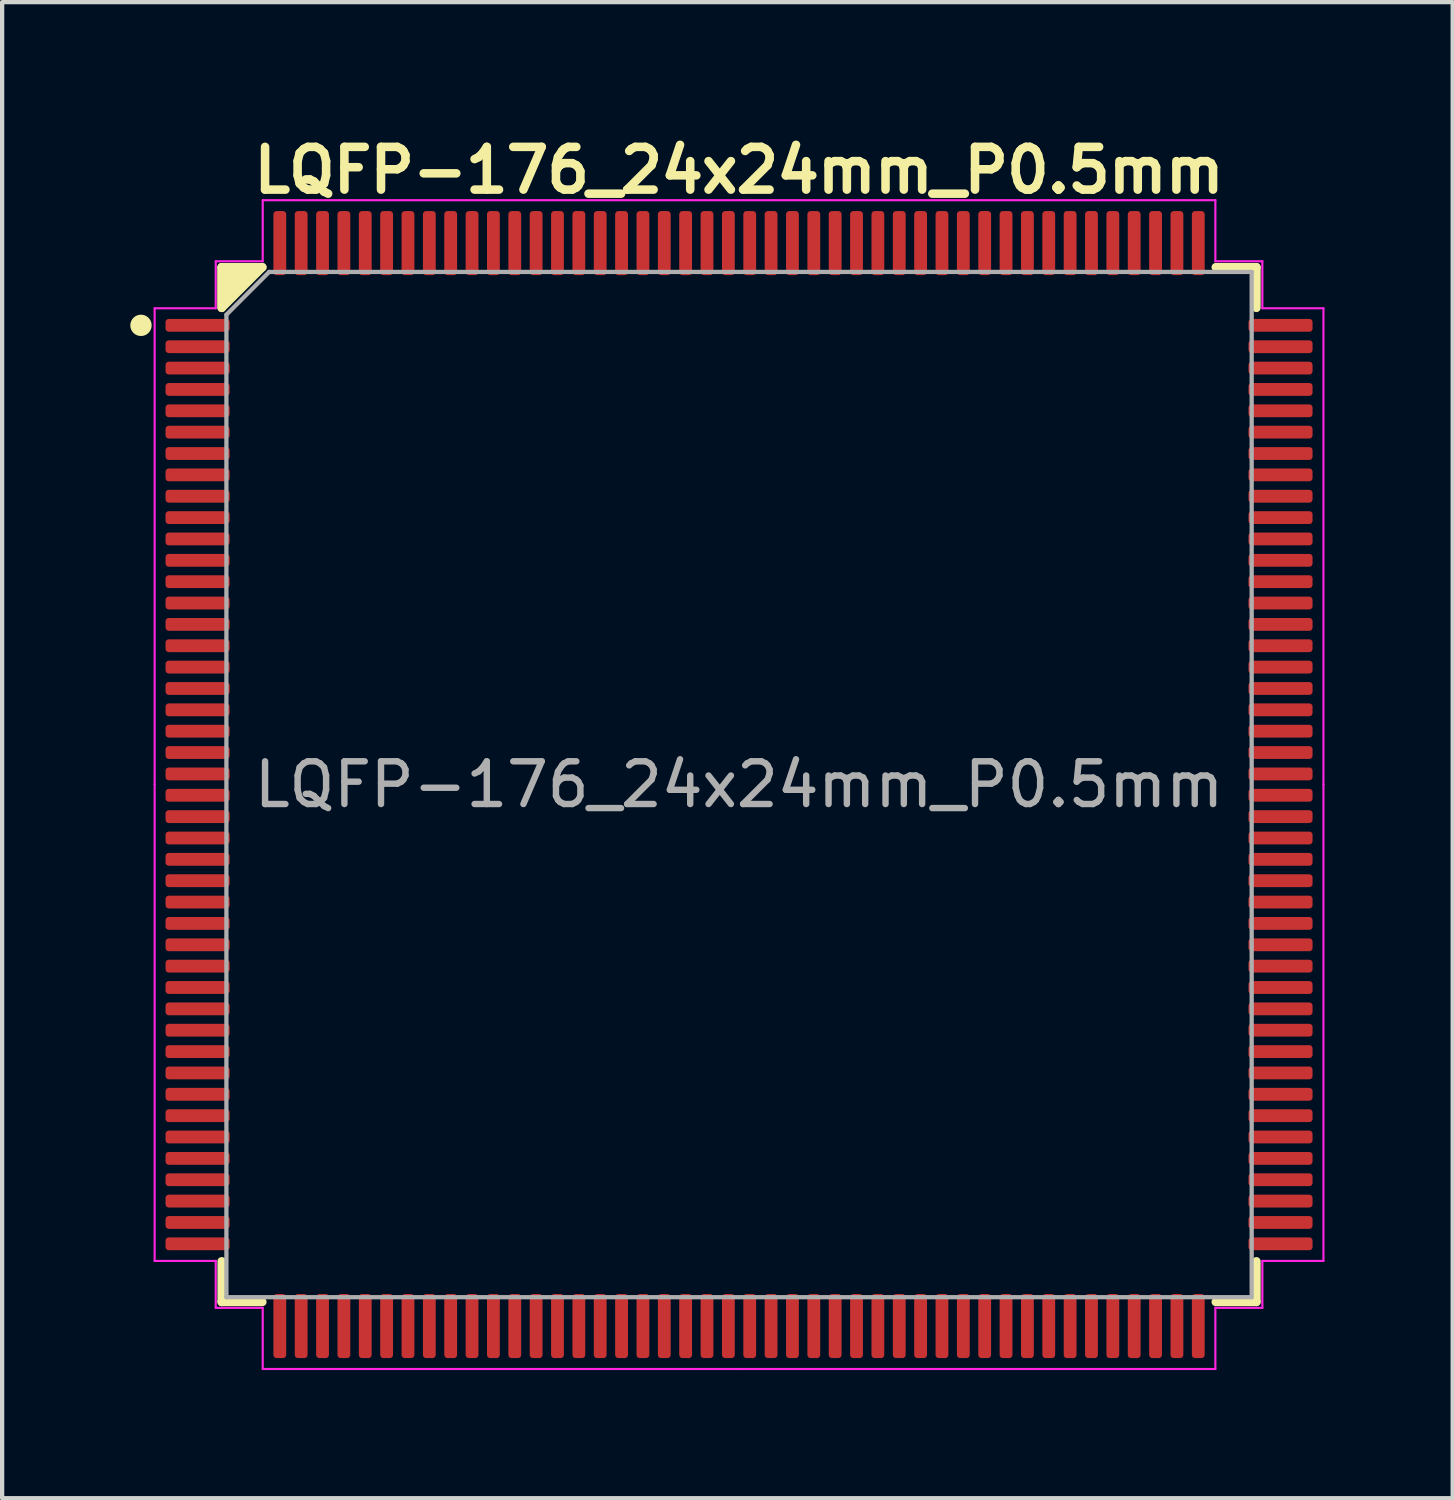
<source format=kicad_pcb>
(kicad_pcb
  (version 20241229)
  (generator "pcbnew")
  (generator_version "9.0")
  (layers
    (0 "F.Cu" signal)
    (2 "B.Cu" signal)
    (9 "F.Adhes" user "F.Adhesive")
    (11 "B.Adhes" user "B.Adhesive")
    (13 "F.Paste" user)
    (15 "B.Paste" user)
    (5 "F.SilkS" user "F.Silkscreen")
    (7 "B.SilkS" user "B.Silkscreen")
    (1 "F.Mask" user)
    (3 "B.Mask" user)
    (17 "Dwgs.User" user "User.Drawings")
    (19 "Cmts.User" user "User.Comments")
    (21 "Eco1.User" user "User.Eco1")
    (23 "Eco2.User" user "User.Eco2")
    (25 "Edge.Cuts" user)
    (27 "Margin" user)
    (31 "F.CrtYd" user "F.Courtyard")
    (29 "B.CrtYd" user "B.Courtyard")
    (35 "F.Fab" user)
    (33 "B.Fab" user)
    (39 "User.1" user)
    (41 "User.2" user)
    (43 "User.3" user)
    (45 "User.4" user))
  (footprint "LQFP-176_24x24mm_P0.5mm"
    (layer "F.Cu")
    (at 14.25 15.316)
    (property "Reference" "LQFP-176_24x24mm_P0.5mm" (at 0 -14.38 0) (layer "F.SilkS") (effects (font (size 1 1) (thickness 0.2))))
    (attr smd)
    (fp_line (start -12.11 -12.11) (end -12.11 -11.16) (stroke (width 0.2) (type solid)) (layer "F.SilkS"))
    (fp_line (start -12.11 12.11) (end -12.11 11.16) (stroke (width 0.2) (type solid)) (layer "F.SilkS"))
    (fp_line (start -11.16 -12.11) (end -12.11 -12.11) (stroke (width 0.2) (type solid)) (layer "F.SilkS"))
    (fp_line (start -11.16 12.11) (end -12.11 12.11) (stroke (width 0.2) (type solid)) (layer "F.SilkS"))
    (fp_line (start 11.16 -12.11) (end 12.11 -12.11) (stroke (width 0.2) (type solid)) (layer "F.SilkS"))
    (fp_line (start 11.16 12.11) (end 12.11 12.11) (stroke (width 0.2) (type solid)) (layer "F.SilkS"))
    (fp_line (start 12.11 -12.11) (end 12.11 -11.16) (stroke (width 0.2) (type solid)) (layer "F.SilkS"))
    (fp_line (start 12.11 12.11) (end 12.11 11.16) (stroke (width 0.2) (type solid)) (layer "F.SilkS"))
    (fp_circle (center -14 -10.75) (end -13.875 -10.75) (stroke (width 0.25) (type solid)) (fill no) (layer "F.SilkS"))
    (fp_poly (pts (xy -12.11 -11.16) (xy -12.11 -12.11) (xy -11.16 -12.11)) (stroke (width 0.2) (type solid)) (fill yes) (layer "F.SilkS"))
    (fp_line (start -13.68 -11.15) (end -13.68 0) (stroke (width 0.05) (type solid)) (layer "F.CrtYd"))
    (fp_line (start -13.68 11.15) (end -13.68 0) (stroke (width 0.05) (type solid)) (layer "F.CrtYd"))
    (fp_line (start -12.25 -12.25) (end -12.25 -11.15) (stroke (width 0.05) (type solid)) (layer "F.CrtYd"))
    (fp_line (start -12.25 -11.15) (end -13.68 -11.15) (stroke (width 0.05) (type solid)) (layer "F.CrtYd"))
    (fp_line (start -12.25 11.15) (end -13.68 11.15) (stroke (width 0.05) (type solid)) (layer "F.CrtYd"))
    (fp_line (start -12.25 12.25) (end -12.25 11.15) (stroke (width 0.05) (type solid)) (layer "F.CrtYd"))
    (fp_line (start -11.15 -13.68) (end -11.15 -12.25) (stroke (width 0.05) (type solid)) (layer "F.CrtYd"))
    (fp_line (start -11.15 -12.25) (end -12.25 -12.25) (stroke (width 0.05) (type solid)) (layer "F.CrtYd"))
    (fp_line (start -11.15 12.25) (end -12.25 12.25) (stroke (width 0.05) (type solid)) (layer "F.CrtYd"))
    (fp_line (start -11.15 13.68) (end -11.15 12.25) (stroke (width 0.05) (type solid)) (layer "F.CrtYd"))
    (fp_line (start 0 -13.68) (end -11.15 -13.68) (stroke (width 0.05) (type solid)) (layer "F.CrtYd"))
    (fp_line (start 0 -13.68) (end 11.15 -13.68) (stroke (width 0.05) (type solid)) (layer "F.CrtYd"))
    (fp_line (start 0 13.68) (end -11.15 13.68) (stroke (width 0.05) (type solid)) (layer "F.CrtYd"))
    (fp_line (start 0 13.68) (end 11.15 13.68) (stroke (width 0.05) (type solid)) (layer "F.CrtYd"))
    (fp_line (start 11.15 -13.68) (end 11.15 -12.25) (stroke (width 0.05) (type solid)) (layer "F.CrtYd"))
    (fp_line (start 11.15 -12.25) (end 12.25 -12.25) (stroke (width 0.05) (type solid)) (layer "F.CrtYd"))
    (fp_line (start 11.15 12.25) (end 12.25 12.25) (stroke (width 0.05) (type solid)) (layer "F.CrtYd"))
    (fp_line (start 11.15 13.68) (end 11.15 12.25) (stroke (width 0.05) (type solid)) (layer "F.CrtYd"))
    (fp_line (start 12.25 -12.25) (end 12.25 -11.15) (stroke (width 0.05) (type solid)) (layer "F.CrtYd"))
    (fp_line (start 12.25 -11.15) (end 13.68 -11.15) (stroke (width 0.05) (type solid)) (layer "F.CrtYd"))
    (fp_line (start 12.25 11.15) (end 13.68 11.15) (stroke (width 0.05) (type solid)) (layer "F.CrtYd"))
    (fp_line (start 12.25 12.25) (end 12.25 11.15) (stroke (width 0.05) (type solid)) (layer "F.CrtYd"))
    (fp_line (start 13.68 -11.15) (end 13.68 0) (stroke (width 0.05) (type solid)) (layer "F.CrtYd"))
    (fp_line (start 13.68 11.15) (end 13.68 0) (stroke (width 0.05) (type solid)) (layer "F.CrtYd"))
    (fp_line (start -12 -11) (end -11 -12) (stroke (width 0.1) (type solid)) (layer "F.Fab"))
    (fp_line (start -12 12) (end -12 -11) (stroke (width 0.1) (type solid)) (layer "F.Fab"))
    (fp_line (start -11 -12) (end 12 -12) (stroke (width 0.1) (type solid)) (layer "F.Fab"))
    (fp_line (start 12 -12) (end 12 12) (stroke (width 0.1) (type solid)) (layer "F.Fab"))
    (fp_line (start 12 12) (end -12 12) (stroke (width 0.1) (type solid)) (layer "F.Fab"))
    (fp_text user "${REFERENCE}" (at 0 0 0) (layer "F.Fab") (effects (font (size 1 1) (thickness 0.15))))
    (pad "1" smd roundrect (at -12.675 -10.75) (size 1.5 0.3) (layers "F.Cu" "F.Mask" "F.Paste") (roundrect_rratio 0.25))
    (pad "2" smd roundrect (at -12.675 -10.25) (size 1.5 0.3) (layers "F.Cu" "F.Mask" "F.Paste") (roundrect_rratio 0.25))
    (pad "3" smd roundrect (at -12.675 -9.75) (size 1.5 0.3) (layers "F.Cu" "F.Mask" "F.Paste") (roundrect_rratio 0.25))
    (pad "4" smd roundrect (at -12.675 -9.25) (size 1.5 0.3) (layers "F.Cu" "F.Mask" "F.Paste") (roundrect_rratio 0.25))
    (pad "5" smd roundrect (at -12.675 -8.75) (size 1.5 0.3) (layers "F.Cu" "F.Mask" "F.Paste") (roundrect_rratio 0.25))
    (pad "6" smd roundrect (at -12.675 -8.25) (size 1.5 0.3) (layers "F.Cu" "F.Mask" "F.Paste") (roundrect_rratio 0.25))
    (pad "7" smd roundrect (at -12.675 -7.75) (size 1.5 0.3) (layers "F.Cu" "F.Mask" "F.Paste") (roundrect_rratio 0.25))
    (pad "8" smd roundrect (at -12.675 -7.25) (size 1.5 0.3) (layers "F.Cu" "F.Mask" "F.Paste") (roundrect_rratio 0.25))
    (pad "9" smd roundrect (at -12.675 -6.75) (size 1.5 0.3) (layers "F.Cu" "F.Mask" "F.Paste") (roundrect_rratio 0.25))
    (pad "10" smd roundrect (at -12.675 -6.25) (size 1.5 0.3) (layers "F.Cu" "F.Mask" "F.Paste") (roundrect_rratio 0.25))
    (pad "11" smd roundrect (at -12.675 -5.75) (size 1.5 0.3) (layers "F.Cu" "F.Mask" "F.Paste") (roundrect_rratio 0.25))
    (pad "12" smd roundrect (at -12.675 -5.25) (size 1.5 0.3) (layers "F.Cu" "F.Mask" "F.Paste") (roundrect_rratio 0.25))
    (pad "13" smd roundrect (at -12.675 -4.75) (size 1.5 0.3) (layers "F.Cu" "F.Mask" "F.Paste") (roundrect_rratio 0.25))
    (pad "14" smd roundrect (at -12.675 -4.25) (size 1.5 0.3) (layers "F.Cu" "F.Mask" "F.Paste") (roundrect_rratio 0.25))
    (pad "15" smd roundrect (at -12.675 -3.75) (size 1.5 0.3) (layers "F.Cu" "F.Mask" "F.Paste") (roundrect_rratio 0.25))
    (pad "16" smd roundrect (at -12.675 -3.25) (size 1.5 0.3) (layers "F.Cu" "F.Mask" "F.Paste") (roundrect_rratio 0.25))
    (pad "17" smd roundrect (at -12.675 -2.75) (size 1.5 0.3) (layers "F.Cu" "F.Mask" "F.Paste") (roundrect_rratio 0.25))
    (pad "18" smd roundrect (at -12.675 -2.25) (size 1.5 0.3) (layers "F.Cu" "F.Mask" "F.Paste") (roundrect_rratio 0.25))
    (pad "19" smd roundrect (at -12.675 -1.75) (size 1.5 0.3) (layers "F.Cu" "F.Mask" "F.Paste") (roundrect_rratio 0.25))
    (pad "20" smd roundrect (at -12.675 -1.25) (size 1.5 0.3) (layers "F.Cu" "F.Mask" "F.Paste") (roundrect_rratio 0.25))
    (pad "21" smd roundrect (at -12.675 -0.75) (size 1.5 0.3) (layers "F.Cu" "F.Mask" "F.Paste") (roundrect_rratio 0.25))
    (pad "22" smd roundrect (at -12.675 -0.25) (size 1.5 0.3) (layers "F.Cu" "F.Mask" "F.Paste") (roundrect_rratio 0.25))
    (pad "23" smd roundrect (at -12.675 0.25) (size 1.5 0.3) (layers "F.Cu" "F.Mask" "F.Paste") (roundrect_rratio 0.25))
    (pad "24" smd roundrect (at -12.675 0.75) (size 1.5 0.3) (layers "F.Cu" "F.Mask" "F.Paste") (roundrect_rratio 0.25))
    (pad "25" smd roundrect (at -12.675 1.25) (size 1.5 0.3) (layers "F.Cu" "F.Mask" "F.Paste") (roundrect_rratio 0.25))
    (pad "26" smd roundrect (at -12.675 1.75) (size 1.5 0.3) (layers "F.Cu" "F.Mask" "F.Paste") (roundrect_rratio 0.25))
    (pad "27" smd roundrect (at -12.675 2.25) (size 1.5 0.3) (layers "F.Cu" "F.Mask" "F.Paste") (roundrect_rratio 0.25))
    (pad "28" smd roundrect (at -12.675 2.75) (size 1.5 0.3) (layers "F.Cu" "F.Mask" "F.Paste") (roundrect_rratio 0.25))
    (pad "29" smd roundrect (at -12.675 3.25) (size 1.5 0.3) (layers "F.Cu" "F.Mask" "F.Paste") (roundrect_rratio 0.25))
    (pad "30" smd roundrect (at -12.675 3.75) (size 1.5 0.3) (layers "F.Cu" "F.Mask" "F.Paste") (roundrect_rratio 0.25))
    (pad "31" smd roundrect (at -12.675 4.25) (size 1.5 0.3) (layers "F.Cu" "F.Mask" "F.Paste") (roundrect_rratio 0.25))
    (pad "32" smd roundrect (at -12.675 4.75) (size 1.5 0.3) (layers "F.Cu" "F.Mask" "F.Paste") (roundrect_rratio 0.25))
    (pad "33" smd roundrect (at -12.675 5.25) (size 1.5 0.3) (layers "F.Cu" "F.Mask" "F.Paste") (roundrect_rratio 0.25))
    (pad "34" smd roundrect (at -12.675 5.75) (size 1.5 0.3) (layers "F.Cu" "F.Mask" "F.Paste") (roundrect_rratio 0.25))
    (pad "35" smd roundrect (at -12.675 6.25) (size 1.5 0.3) (layers "F.Cu" "F.Mask" "F.Paste") (roundrect_rratio 0.25))
    (pad "36" smd roundrect (at -12.675 6.75) (size 1.5 0.3) (layers "F.Cu" "F.Mask" "F.Paste") (roundrect_rratio 0.25))
    (pad "37" smd roundrect (at -12.675 7.25) (size 1.5 0.3) (layers "F.Cu" "F.Mask" "F.Paste") (roundrect_rratio 0.25))
    (pad "38" smd roundrect (at -12.675 7.75) (size 1.5 0.3) (layers "F.Cu" "F.Mask" "F.Paste") (roundrect_rratio 0.25))
    (pad "39" smd roundrect (at -12.675 8.25) (size 1.5 0.3) (layers "F.Cu" "F.Mask" "F.Paste") (roundrect_rratio 0.25))
    (pad "40" smd roundrect (at -12.675 8.75) (size 1.5 0.3) (layers "F.Cu" "F.Mask" "F.Paste") (roundrect_rratio 0.25))
    (pad "41" smd roundrect (at -12.675 9.25) (size 1.5 0.3) (layers "F.Cu" "F.Mask" "F.Paste") (roundrect_rratio 0.25))
    (pad "42" smd roundrect (at -12.675 9.75) (size 1.5 0.3) (layers "F.Cu" "F.Mask" "F.Paste") (roundrect_rratio 0.25))
    (pad "43" smd roundrect (at -12.675 10.25) (size 1.5 0.3) (layers "F.Cu" "F.Mask" "F.Paste") (roundrect_rratio 0.25))
    (pad "44" smd roundrect (at -12.675 10.75) (size 1.5 0.3) (layers "F.Cu" "F.Mask" "F.Paste") (roundrect_rratio 0.25))
    (pad "45" smd roundrect (at -10.75 12.675) (size 0.3 1.5) (layers "F.Cu" "F.Mask" "F.Paste") (roundrect_rratio 0.25))
    (pad "46" smd roundrect (at -10.25 12.675) (size 0.3 1.5) (layers "F.Cu" "F.Mask" "F.Paste") (roundrect_rratio 0.25))
    (pad "47" smd roundrect (at -9.75 12.675) (size 0.3 1.5) (layers "F.Cu" "F.Mask" "F.Paste") (roundrect_rratio 0.25))
    (pad "48" smd roundrect (at -9.25 12.675) (size 0.3 1.5) (layers "F.Cu" "F.Mask" "F.Paste") (roundrect_rratio 0.25))
    (pad "49" smd roundrect (at -8.75 12.675) (size 0.3 1.5) (layers "F.Cu" "F.Mask" "F.Paste") (roundrect_rratio 0.25))
    (pad "50" smd roundrect (at -8.25 12.675) (size 0.3 1.5) (layers "F.Cu" "F.Mask" "F.Paste") (roundrect_rratio 0.25))
    (pad "51" smd roundrect (at -7.75 12.675) (size 0.3 1.5) (layers "F.Cu" "F.Mask" "F.Paste") (roundrect_rratio 0.25))
    (pad "52" smd roundrect (at -7.25 12.675) (size 0.3 1.5) (layers "F.Cu" "F.Mask" "F.Paste") (roundrect_rratio 0.25))
    (pad "53" smd roundrect (at -6.75 12.675) (size 0.3 1.5) (layers "F.Cu" "F.Mask" "F.Paste") (roundrect_rratio 0.25))
    (pad "54" smd roundrect (at -6.25 12.675) (size 0.3 1.5) (layers "F.Cu" "F.Mask" "F.Paste") (roundrect_rratio 0.25))
    (pad "55" smd roundrect (at -5.75 12.675) (size 0.3 1.5) (layers "F.Cu" "F.Mask" "F.Paste") (roundrect_rratio 0.25))
    (pad "56" smd roundrect (at -5.25 12.675) (size 0.3 1.5) (layers "F.Cu" "F.Mask" "F.Paste") (roundrect_rratio 0.25))
    (pad "57" smd roundrect (at -4.75 12.675) (size 0.3 1.5) (layers "F.Cu" "F.Mask" "F.Paste") (roundrect_rratio 0.25))
    (pad "58" smd roundrect (at -4.25 12.675) (size 0.3 1.5) (layers "F.Cu" "F.Mask" "F.Paste") (roundrect_rratio 0.25))
    (pad "59" smd roundrect (at -3.75 12.675) (size 0.3 1.5) (layers "F.Cu" "F.Mask" "F.Paste") (roundrect_rratio 0.25))
    (pad "60" smd roundrect (at -3.25 12.675) (size 0.3 1.5) (layers "F.Cu" "F.Mask" "F.Paste") (roundrect_rratio 0.25))
    (pad "61" smd roundrect (at -2.75 12.675) (size 0.3 1.5) (layers "F.Cu" "F.Mask" "F.Paste") (roundrect_rratio 0.25))
    (pad "62" smd roundrect (at -2.25 12.675) (size 0.3 1.5) (layers "F.Cu" "F.Mask" "F.Paste") (roundrect_rratio 0.25))
    (pad "63" smd roundrect (at -1.75 12.675) (size 0.3 1.5) (layers "F.Cu" "F.Mask" "F.Paste") (roundrect_rratio 0.25))
    (pad "64" smd roundrect (at -1.25 12.675) (size 0.3 1.5) (layers "F.Cu" "F.Mask" "F.Paste") (roundrect_rratio 0.25))
    (pad "65" smd roundrect (at -0.75 12.675) (size 0.3 1.5) (layers "F.Cu" "F.Mask" "F.Paste") (roundrect_rratio 0.25))
    (pad "66" smd roundrect (at -0.25 12.675) (size 0.3 1.5) (layers "F.Cu" "F.Mask" "F.Paste") (roundrect_rratio 0.25))
    (pad "67" smd roundrect (at 0.25 12.675) (size 0.3 1.5) (layers "F.Cu" "F.Mask" "F.Paste") (roundrect_rratio 0.25))
    (pad "68" smd roundrect (at 0.75 12.675) (size 0.3 1.5) (layers "F.Cu" "F.Mask" "F.Paste") (roundrect_rratio 0.25))
    (pad "69" smd roundrect (at 1.25 12.675) (size 0.3 1.5) (layers "F.Cu" "F.Mask" "F.Paste") (roundrect_rratio 0.25))
    (pad "70" smd roundrect (at 1.75 12.675) (size 0.3 1.5) (layers "F.Cu" "F.Mask" "F.Paste") (roundrect_rratio 0.25))
    (pad "71" smd roundrect (at 2.25 12.675) (size 0.3 1.5) (layers "F.Cu" "F.Mask" "F.Paste") (roundrect_rratio 0.25))
    (pad "72" smd roundrect (at 2.75 12.675) (size 0.3 1.5) (layers "F.Cu" "F.Mask" "F.Paste") (roundrect_rratio 0.25))
    (pad "73" smd roundrect (at 3.25 12.675) (size 0.3 1.5) (layers "F.Cu" "F.Mask" "F.Paste") (roundrect_rratio 0.25))
    (pad "74" smd roundrect (at 3.75 12.675) (size 0.3 1.5) (layers "F.Cu" "F.Mask" "F.Paste") (roundrect_rratio 0.25))
    (pad "75" smd roundrect (at 4.25 12.675) (size 0.3 1.5) (layers "F.Cu" "F.Mask" "F.Paste") (roundrect_rratio 0.25))
    (pad "76" smd roundrect (at 4.75 12.675) (size 0.3 1.5) (layers "F.Cu" "F.Mask" "F.Paste") (roundrect_rratio 0.25))
    (pad "77" smd roundrect (at 5.25 12.675) (size 0.3 1.5) (layers "F.Cu" "F.Mask" "F.Paste") (roundrect_rratio 0.25))
    (pad "78" smd roundrect (at 5.75 12.675) (size 0.3 1.5) (layers "F.Cu" "F.Mask" "F.Paste") (roundrect_rratio 0.25))
    (pad "79" smd roundrect (at 6.25 12.675) (size 0.3 1.5) (layers "F.Cu" "F.Mask" "F.Paste") (roundrect_rratio 0.25))
    (pad "80" smd roundrect (at 6.75 12.675) (size 0.3 1.5) (layers "F.Cu" "F.Mask" "F.Paste") (roundrect_rratio 0.25))
    (pad "81" smd roundrect (at 7.25 12.675) (size 0.3 1.5) (layers "F.Cu" "F.Mask" "F.Paste") (roundrect_rratio 0.25))
    (pad "82" smd roundrect (at 7.75 12.675) (size 0.3 1.5) (layers "F.Cu" "F.Mask" "F.Paste") (roundrect_rratio 0.25))
    (pad "83" smd roundrect (at 8.25 12.675) (size 0.3 1.5) (layers "F.Cu" "F.Mask" "F.Paste") (roundrect_rratio 0.25))
    (pad "84" smd roundrect (at 8.75 12.675) (size 0.3 1.5) (layers "F.Cu" "F.Mask" "F.Paste") (roundrect_rratio 0.25))
    (pad "85" smd roundrect (at 9.25 12.675) (size 0.3 1.5) (layers "F.Cu" "F.Mask" "F.Paste") (roundrect_rratio 0.25))
    (pad "86" smd roundrect (at 9.75 12.675) (size 0.3 1.5) (layers "F.Cu" "F.Mask" "F.Paste") (roundrect_rratio 0.25))
    (pad "87" smd roundrect (at 10.25 12.675) (size 0.3 1.5) (layers "F.Cu" "F.Mask" "F.Paste") (roundrect_rratio 0.25))
    (pad "88" smd roundrect (at 10.75 12.675) (size 0.3 1.5) (layers "F.Cu" "F.Mask" "F.Paste") (roundrect_rratio 0.25))
    (pad "89" smd roundrect (at 12.675 10.75) (size 1.5 0.3) (layers "F.Cu" "F.Mask" "F.Paste") (roundrect_rratio 0.25))
    (pad "90" smd roundrect (at 12.675 10.25) (size 1.5 0.3) (layers "F.Cu" "F.Mask" "F.Paste") (roundrect_rratio 0.25))
    (pad "91" smd roundrect (at 12.675 9.75) (size 1.5 0.3) (layers "F.Cu" "F.Mask" "F.Paste") (roundrect_rratio 0.25))
    (pad "92" smd roundrect (at 12.675 9.25) (size 1.5 0.3) (layers "F.Cu" "F.Mask" "F.Paste") (roundrect_rratio 0.25))
    (pad "93" smd roundrect (at 12.675 8.75) (size 1.5 0.3) (layers "F.Cu" "F.Mask" "F.Paste") (roundrect_rratio 0.25))
    (pad "94" smd roundrect (at 12.675 8.25) (size 1.5 0.3) (layers "F.Cu" "F.Mask" "F.Paste") (roundrect_rratio 0.25))
    (pad "95" smd roundrect (at 12.675 7.75) (size 1.5 0.3) (layers "F.Cu" "F.Mask" "F.Paste") (roundrect_rratio 0.25))
    (pad "96" smd roundrect (at 12.675 7.25) (size 1.5 0.3) (layers "F.Cu" "F.Mask" "F.Paste") (roundrect_rratio 0.25))
    (pad "97" smd roundrect (at 12.675 6.75) (size 1.5 0.3) (layers "F.Cu" "F.Mask" "F.Paste") (roundrect_rratio 0.25))
    (pad "98" smd roundrect (at 12.675 6.25) (size 1.5 0.3) (layers "F.Cu" "F.Mask" "F.Paste") (roundrect_rratio 0.25))
    (pad "99" smd roundrect (at 12.675 5.75) (size 1.5 0.3) (layers "F.Cu" "F.Mask" "F.Paste") (roundrect_rratio 0.25))
    (pad "100" smd roundrect (at 12.675 5.25) (size 1.5 0.3) (layers "F.Cu" "F.Mask" "F.Paste") (roundrect_rratio 0.25))
    (pad "101" smd roundrect (at 12.675 4.75) (size 1.5 0.3) (layers "F.Cu" "F.Mask" "F.Paste") (roundrect_rratio 0.25))
    (pad "102" smd roundrect (at 12.675 4.25) (size 1.5 0.3) (layers "F.Cu" "F.Mask" "F.Paste") (roundrect_rratio 0.25))
    (pad "103" smd roundrect (at 12.675 3.75) (size 1.5 0.3) (layers "F.Cu" "F.Mask" "F.Paste") (roundrect_rratio 0.25))
    (pad "104" smd roundrect (at 12.675 3.25) (size 1.5 0.3) (layers "F.Cu" "F.Mask" "F.Paste") (roundrect_rratio 0.25))
    (pad "105" smd roundrect (at 12.675 2.75) (size 1.5 0.3) (layers "F.Cu" "F.Mask" "F.Paste") (roundrect_rratio 0.25))
    (pad "106" smd roundrect (at 12.675 2.25) (size 1.5 0.3) (layers "F.Cu" "F.Mask" "F.Paste") (roundrect_rratio 0.25))
    (pad "107" smd roundrect (at 12.675 1.75) (size 1.5 0.3) (layers "F.Cu" "F.Mask" "F.Paste") (roundrect_rratio 0.25))
    (pad "108" smd roundrect (at 12.675 1.25) (size 1.5 0.3) (layers "F.Cu" "F.Mask" "F.Paste") (roundrect_rratio 0.25))
    (pad "109" smd roundrect (at 12.675 0.75) (size 1.5 0.3) (layers "F.Cu" "F.Mask" "F.Paste") (roundrect_rratio 0.25))
    (pad "110" smd roundrect (at 12.675 0.25) (size 1.5 0.3) (layers "F.Cu" "F.Mask" "F.Paste") (roundrect_rratio 0.25))
    (pad "111" smd roundrect (at 12.675 -0.25) (size 1.5 0.3) (layers "F.Cu" "F.Mask" "F.Paste") (roundrect_rratio 0.25))
    (pad "112" smd roundrect (at 12.675 -0.75) (size 1.5 0.3) (layers "F.Cu" "F.Mask" "F.Paste") (roundrect_rratio 0.25))
    (pad "113" smd roundrect (at 12.675 -1.25) (size 1.5 0.3) (layers "F.Cu" "F.Mask" "F.Paste") (roundrect_rratio 0.25))
    (pad "114" smd roundrect (at 12.675 -1.75) (size 1.5 0.3) (layers "F.Cu" "F.Mask" "F.Paste") (roundrect_rratio 0.25))
    (pad "115" smd roundrect (at 12.675 -2.25) (size 1.5 0.3) (layers "F.Cu" "F.Mask" "F.Paste") (roundrect_rratio 0.25))
    (pad "116" smd roundrect (at 12.675 -2.75) (size 1.5 0.3) (layers "F.Cu" "F.Mask" "F.Paste") (roundrect_rratio 0.25))
    (pad "117" smd roundrect (at 12.675 -3.25) (size 1.5 0.3) (layers "F.Cu" "F.Mask" "F.Paste") (roundrect_rratio 0.25))
    (pad "118" smd roundrect (at 12.675 -3.75) (size 1.5 0.3) (layers "F.Cu" "F.Mask" "F.Paste") (roundrect_rratio 0.25))
    (pad "119" smd roundrect (at 12.675 -4.25) (size 1.5 0.3) (layers "F.Cu" "F.Mask" "F.Paste") (roundrect_rratio 0.25))
    (pad "120" smd roundrect (at 12.675 -4.75) (size 1.5 0.3) (layers "F.Cu" "F.Mask" "F.Paste") (roundrect_rratio 0.25))
    (pad "121" smd roundrect (at 12.675 -5.25) (size 1.5 0.3) (layers "F.Cu" "F.Mask" "F.Paste") (roundrect_rratio 0.25))
    (pad "122" smd roundrect (at 12.675 -5.75) (size 1.5 0.3) (layers "F.Cu" "F.Mask" "F.Paste") (roundrect_rratio 0.25))
    (pad "123" smd roundrect (at 12.675 -6.25) (size 1.5 0.3) (layers "F.Cu" "F.Mask" "F.Paste") (roundrect_rratio 0.25))
    (pad "124" smd roundrect (at 12.675 -6.75) (size 1.5 0.3) (layers "F.Cu" "F.Mask" "F.Paste") (roundrect_rratio 0.25))
    (pad "125" smd roundrect (at 12.675 -7.25) (size 1.5 0.3) (layers "F.Cu" "F.Mask" "F.Paste") (roundrect_rratio 0.25))
    (pad "126" smd roundrect (at 12.675 -7.75) (size 1.5 0.3) (layers "F.Cu" "F.Mask" "F.Paste") (roundrect_rratio 0.25))
    (pad "127" smd roundrect (at 12.675 -8.25) (size 1.5 0.3) (layers "F.Cu" "F.Mask" "F.Paste") (roundrect_rratio 0.25))
    (pad "128" smd roundrect (at 12.675 -8.75) (size 1.5 0.3) (layers "F.Cu" "F.Mask" "F.Paste") (roundrect_rratio 0.25))
    (pad "129" smd roundrect (at 12.675 -9.25) (size 1.5 0.3) (layers "F.Cu" "F.Mask" "F.Paste") (roundrect_rratio 0.25))
    (pad "130" smd roundrect (at 12.675 -9.75) (size 1.5 0.3) (layers "F.Cu" "F.Mask" "F.Paste") (roundrect_rratio 0.25))
    (pad "131" smd roundrect (at 12.675 -10.25) (size 1.5 0.3) (layers "F.Cu" "F.Mask" "F.Paste") (roundrect_rratio 0.25))
    (pad "132" smd roundrect (at 12.675 -10.75) (size 1.5 0.3) (layers "F.Cu" "F.Mask" "F.Paste") (roundrect_rratio 0.25))
    (pad "133" smd roundrect (at 10.75 -12.675) (size 0.3 1.5) (layers "F.Cu" "F.Mask" "F.Paste") (roundrect_rratio 0.25))
    (pad "134" smd roundrect (at 10.25 -12.675) (size 0.3 1.5) (layers "F.Cu" "F.Mask" "F.Paste") (roundrect_rratio 0.25))
    (pad "135" smd roundrect (at 9.75 -12.675) (size 0.3 1.5) (layers "F.Cu" "F.Mask" "F.Paste") (roundrect_rratio 0.25))
    (pad "136" smd roundrect (at 9.25 -12.675) (size 0.3 1.5) (layers "F.Cu" "F.Mask" "F.Paste") (roundrect_rratio 0.25))
    (pad "137" smd roundrect (at 8.75 -12.675) (size 0.3 1.5) (layers "F.Cu" "F.Mask" "F.Paste") (roundrect_rratio 0.25))
    (pad "138" smd roundrect (at 8.25 -12.675) (size 0.3 1.5) (layers "F.Cu" "F.Mask" "F.Paste") (roundrect_rratio 0.25))
    (pad "139" smd roundrect (at 7.75 -12.675) (size 0.3 1.5) (layers "F.Cu" "F.Mask" "F.Paste") (roundrect_rratio 0.25))
    (pad "140" smd roundrect (at 7.25 -12.675) (size 0.3 1.5) (layers "F.Cu" "F.Mask" "F.Paste") (roundrect_rratio 0.25))
    (pad "141" smd roundrect (at 6.75 -12.675) (size 0.3 1.5) (layers "F.Cu" "F.Mask" "F.Paste") (roundrect_rratio 0.25))
    (pad "142" smd roundrect (at 6.25 -12.675) (size 0.3 1.5) (layers "F.Cu" "F.Mask" "F.Paste") (roundrect_rratio 0.25))
    (pad "143" smd roundrect (at 5.75 -12.675) (size 0.3 1.5) (layers "F.Cu" "F.Mask" "F.Paste") (roundrect_rratio 0.25))
    (pad "144" smd roundrect (at 5.25 -12.675) (size 0.3 1.5) (layers "F.Cu" "F.Mask" "F.Paste") (roundrect_rratio 0.25))
    (pad "145" smd roundrect (at 4.75 -12.675) (size 0.3 1.5) (layers "F.Cu" "F.Mask" "F.Paste") (roundrect_rratio 0.25))
    (pad "146" smd roundrect (at 4.25 -12.675) (size 0.3 1.5) (layers "F.Cu" "F.Mask" "F.Paste") (roundrect_rratio 0.25))
    (pad "147" smd roundrect (at 3.75 -12.675) (size 0.3 1.5) (layers "F.Cu" "F.Mask" "F.Paste") (roundrect_rratio 0.25))
    (pad "148" smd roundrect (at 3.25 -12.675) (size 0.3 1.5) (layers "F.Cu" "F.Mask" "F.Paste") (roundrect_rratio 0.25))
    (pad "149" smd roundrect (at 2.75 -12.675) (size 0.3 1.5) (layers "F.Cu" "F.Mask" "F.Paste") (roundrect_rratio 0.25))
    (pad "150" smd roundrect (at 2.25 -12.675) (size 0.3 1.5) (layers "F.Cu" "F.Mask" "F.Paste") (roundrect_rratio 0.25))
    (pad "151" smd roundrect (at 1.75 -12.675) (size 0.3 1.5) (layers "F.Cu" "F.Mask" "F.Paste") (roundrect_rratio 0.25))
    (pad "152" smd roundrect (at 1.25 -12.675) (size 0.3 1.5) (layers "F.Cu" "F.Mask" "F.Paste") (roundrect_rratio 0.25))
    (pad "153" smd roundrect (at 0.75 -12.675) (size 0.3 1.5) (layers "F.Cu" "F.Mask" "F.Paste") (roundrect_rratio 0.25))
    (pad "154" smd roundrect (at 0.25 -12.675) (size 0.3 1.5) (layers "F.Cu" "F.Mask" "F.Paste") (roundrect_rratio 0.25))
    (pad "155" smd roundrect (at -0.25 -12.675) (size 0.3 1.5) (layers "F.Cu" "F.Mask" "F.Paste") (roundrect_rratio 0.25))
    (pad "156" smd roundrect (at -0.75 -12.675) (size 0.3 1.5) (layers "F.Cu" "F.Mask" "F.Paste") (roundrect_rratio 0.25))
    (pad "157" smd roundrect (at -1.25 -12.675) (size 0.3 1.5) (layers "F.Cu" "F.Mask" "F.Paste") (roundrect_rratio 0.25))
    (pad "158" smd roundrect (at -1.75 -12.675) (size 0.3 1.5) (layers "F.Cu" "F.Mask" "F.Paste") (roundrect_rratio 0.25))
    (pad "159" smd roundrect (at -2.25 -12.675) (size 0.3 1.5) (layers "F.Cu" "F.Mask" "F.Paste") (roundrect_rratio 0.25))
    (pad "160" smd roundrect (at -2.75 -12.675) (size 0.3 1.5) (layers "F.Cu" "F.Mask" "F.Paste") (roundrect_rratio 0.25))
    (pad "161" smd roundrect (at -3.25 -12.675) (size 0.3 1.5) (layers "F.Cu" "F.Mask" "F.Paste") (roundrect_rratio 0.25))
    (pad "162" smd roundrect (at -3.75 -12.675) (size 0.3 1.5) (layers "F.Cu" "F.Mask" "F.Paste") (roundrect_rratio 0.25))
    (pad "163" smd roundrect (at -4.25 -12.675) (size 0.3 1.5) (layers "F.Cu" "F.Mask" "F.Paste") (roundrect_rratio 0.25))
    (pad "164" smd roundrect (at -4.75 -12.675) (size 0.3 1.5) (layers "F.Cu" "F.Mask" "F.Paste") (roundrect_rratio 0.25))
    (pad "165" smd roundrect (at -5.25 -12.675) (size 0.3 1.5) (layers "F.Cu" "F.Mask" "F.Paste") (roundrect_rratio 0.25))
    (pad "166" smd roundrect (at -5.75 -12.675) (size 0.3 1.5) (layers "F.Cu" "F.Mask" "F.Paste") (roundrect_rratio 0.25))
    (pad "167" smd roundrect (at -6.25 -12.675) (size 0.3 1.5) (layers "F.Cu" "F.Mask" "F.Paste") (roundrect_rratio 0.25))
    (pad "168" smd roundrect (at -6.75 -12.675) (size 0.3 1.5) (layers "F.Cu" "F.Mask" "F.Paste") (roundrect_rratio 0.25))
    (pad "169" smd roundrect (at -7.25 -12.675) (size 0.3 1.5) (layers "F.Cu" "F.Mask" "F.Paste") (roundrect_rratio 0.25))
    (pad "170" smd roundrect (at -7.75 -12.675) (size 0.3 1.5) (layers "F.Cu" "F.Mask" "F.Paste") (roundrect_rratio 0.25))
    (pad "171" smd roundrect (at -8.25 -12.675) (size 0.3 1.5) (layers "F.Cu" "F.Mask" "F.Paste") (roundrect_rratio 0.25))
    (pad "172" smd roundrect (at -8.75 -12.675) (size 0.3 1.5) (layers "F.Cu" "F.Mask" "F.Paste") (roundrect_rratio 0.25))
    (pad "173" smd roundrect (at -9.25 -12.675) (size 0.3 1.5) (layers "F.Cu" "F.Mask" "F.Paste") (roundrect_rratio 0.25))
    (pad "174" smd roundrect (at -9.75 -12.675) (size 0.3 1.5) (layers "F.Cu" "F.Mask" "F.Paste") (roundrect_rratio 0.25))
    (pad "175" smd roundrect (at -10.25 -12.675) (size 0.3 1.5) (layers "F.Cu" "F.Mask" "F.Paste") (roundrect_rratio 0.25))
    (pad "176" smd roundrect (at -10.75 -12.675) (size 0.3 1.5) (layers "F.Cu" "F.Mask" "F.Paste") (roundrect_rratio 0.25)))
  (gr_rect
    (start -3 -3)
    (end 30.955 32.021)
    (stroke (width 0.1) (type default))
    (fill no)
    (layer "Edge.Cuts")))
</source>
